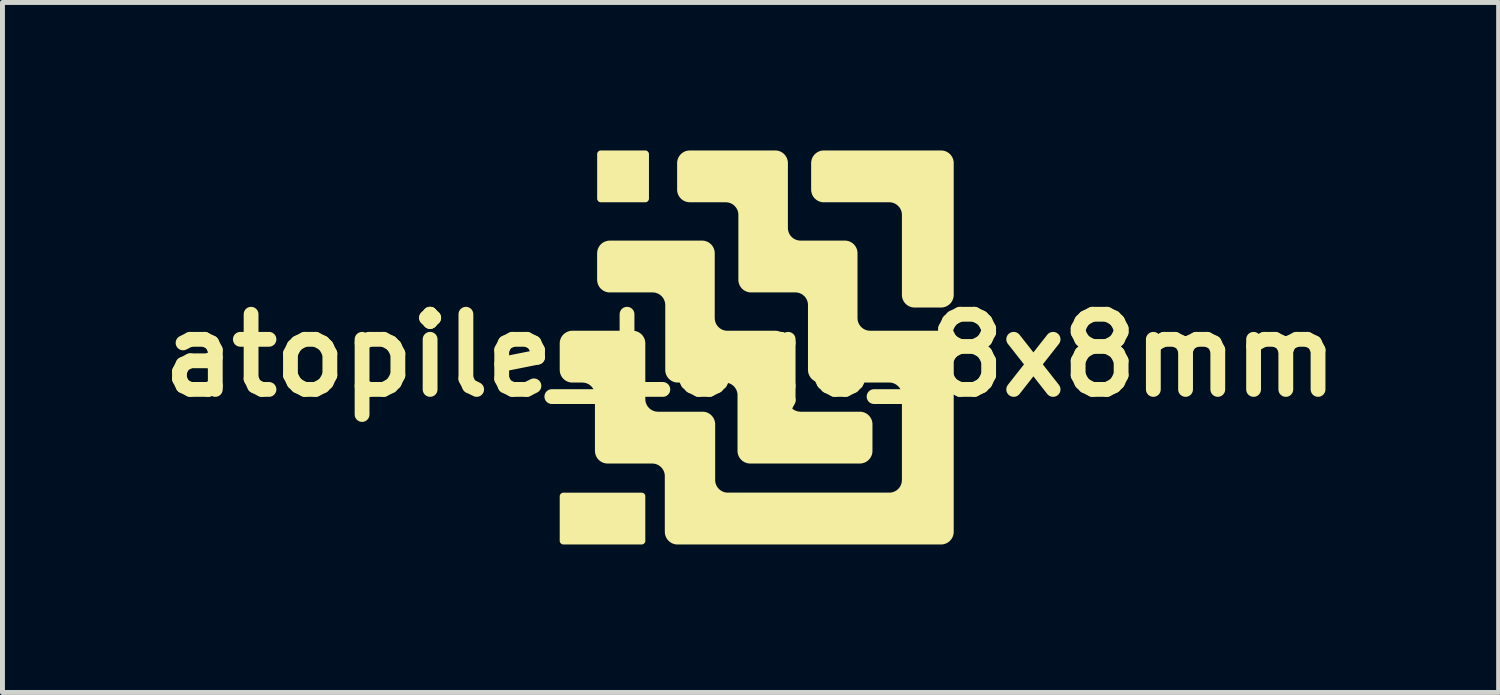
<source format=kicad_pcb>
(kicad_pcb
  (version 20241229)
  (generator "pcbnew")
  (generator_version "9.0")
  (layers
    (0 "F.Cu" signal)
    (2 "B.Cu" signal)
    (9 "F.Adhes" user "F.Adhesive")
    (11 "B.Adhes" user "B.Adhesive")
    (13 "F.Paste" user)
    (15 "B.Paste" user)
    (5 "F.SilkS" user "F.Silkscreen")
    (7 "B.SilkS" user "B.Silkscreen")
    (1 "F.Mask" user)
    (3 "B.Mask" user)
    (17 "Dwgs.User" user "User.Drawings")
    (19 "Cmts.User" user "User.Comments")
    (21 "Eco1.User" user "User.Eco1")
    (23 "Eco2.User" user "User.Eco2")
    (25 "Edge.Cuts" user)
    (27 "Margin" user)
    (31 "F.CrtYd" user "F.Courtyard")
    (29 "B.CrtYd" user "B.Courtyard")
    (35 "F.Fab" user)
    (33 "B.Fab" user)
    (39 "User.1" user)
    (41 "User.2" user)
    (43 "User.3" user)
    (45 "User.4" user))
  (footprint "atopile_Logo_8x8mm"
    (layer "F.Cu")
    (at 12.163 4.154)
    (property "Reference" "atopile_Logo_8x8mm" (at 0 0 0) (layer "F.SilkS") (effects (font (size 1.524 1.524) (thickness 0.3))))
    (attr board_only exclude_from_pos_files exclude_from_bom)
    (fp_poly (pts (xy -2.204 2.782) (xy -2.2 2.782) (xy -2.197 2.783) (xy -2.193 2.783) (xy -2.189 2.784) (xy -2.186 2.785) (xy -2.182 2.786) (xy -2.179 2.788) (xy -2.175 2.789) (xy -2.172 2.791) (xy -2.169 2.793) (xy -2.166 2.795) (xy -2.163 2.797) (xy -2.16 2.799) (xy -2.157 2.801) (xy -2.155 2.804) (xy -2.152 2.807) (xy -2.15 2.809) (xy -2.148 2.812) (xy -2.145 2.815) (xy -2.143 2.818) (xy -2.142 2.821) (xy -2.14 2.825) (xy -2.138 2.828) (xy -2.137 2.831) (xy -2.136 2.835) (xy -2.135 2.838) (xy -2.134 2.842) (xy -2.133 2.846) (xy -2.133 2.85) (xy -2.133 2.853) (xy -2.133 2.857) (xy -2.133 3.756) (xy -2.133 3.76) (xy -2.133 3.764) (xy -2.133 3.768) (xy -2.134 3.772) (xy -2.135 3.775) (xy -2.136 3.779) (xy -2.137 3.782) (xy -2.138 3.786) (xy -2.14 3.789) (xy -2.142 3.792) (xy -2.143 3.796) (xy -2.145 3.799) (xy -2.148 3.802) (xy -2.15 3.804) (xy -2.152 3.807) (xy -2.155 3.81) (xy -2.157 3.812) (xy -2.16 3.815) (xy -2.163 3.817) (xy -2.166 3.819) (xy -2.169 3.821) (xy -2.172 3.823) (xy -2.175 3.824) (xy -2.179 3.826) (xy -2.182 3.827) (xy -2.186 3.829) (xy -2.189 3.83) (xy -2.193 3.83) (xy -2.197 3.831) (xy -2.2 3.832) (xy -2.204 3.832) (xy -2.208 3.832) (xy -3.792 3.832) (xy -3.796 3.832) (xy -3.8 3.832) (xy -3.804 3.831) (xy -3.808 3.83) (xy -3.811 3.83) (xy -3.815 3.829) (xy -3.818 3.827) (xy -3.822 3.826) (xy -3.825 3.824) (xy -3.828 3.823) (xy -3.831 3.821) (xy -3.835 3.819) (xy -3.838 3.817) (xy -3.84 3.815) (xy -3.843 3.812) (xy -3.846 3.81) (xy -3.848 3.807) (xy -3.851 3.804) (xy -3.853 3.802) (xy -3.855 3.799) (xy -3.857 3.796) (xy -3.859 3.792) (xy -3.86 3.789) (xy -3.862 3.786) (xy -3.863 3.782) (xy -3.864 3.779) (xy -3.866 3.775) (xy -3.866 3.772) (xy -3.867 3.768) (xy -3.868 3.764) (xy -3.868 3.76) (xy -3.868 3.756) (xy -3.868 2.857) (xy -3.868 2.853) (xy -3.868 2.85) (xy -3.867 2.846) (xy -3.866 2.842) (xy -3.866 2.838) (xy -3.864 2.835) (xy -3.863 2.831) (xy -3.862 2.828) (xy -3.86 2.825) (xy -3.859 2.821) (xy -3.857 2.818) (xy -3.855 2.815) (xy -3.853 2.812) (xy -3.851 2.809) (xy -3.848 2.807) (xy -3.846 2.804) (xy -3.843 2.801) (xy -3.84 2.799) (xy -3.838 2.797) (xy -3.835 2.795) (xy -3.831 2.793) (xy -3.828 2.791) (xy -3.825 2.789) (xy -3.822 2.788) (xy -3.818 2.786) (xy -3.815 2.785) (xy -3.811 2.784) (xy -3.808 2.783) (xy -3.804 2.783) (xy -3.8 2.782) (xy -3.796 2.782) (xy -3.792 2.782) (xy -2.208 2.782)) (stroke (width 0) (type solid)) (fill yes) (layer "F.SilkS"))
    (fp_poly (pts (xy -2.131 -4.154) (xy -2.127 -4.154) (xy -2.123 -4.153) (xy -2.119 -4.153) (xy -2.116 -4.152) (xy -2.112 -4.151) (xy -2.109 -4.15) (xy -2.105 -4.148) (xy -2.102 -4.147) (xy -2.099 -4.145) (xy -2.095 -4.143) (xy -2.092 -4.141) (xy -2.089 -4.139) (xy -2.087 -4.137) (xy -2.084 -4.135) (xy -2.081 -4.132) (xy -2.079 -4.13) (xy -2.076 -4.127) (xy -2.074 -4.124) (xy -2.072 -4.121) (xy -2.07 -4.118) (xy -2.068 -4.115) (xy -2.067 -4.111) (xy -2.065 -4.108) (xy -2.064 -4.105) (xy -2.062 -4.101) (xy -2.061 -4.098) (xy -2.061 -4.094) (xy -2.06 -4.09) (xy -2.059 -4.086) (xy -2.059 -4.083) (xy -2.059 -4.079) (xy -2.059 -3.18) (xy -2.059 -3.176) (xy -2.059 -3.172) (xy -2.06 -3.168) (xy -2.061 -3.164) (xy -2.061 -3.161) (xy -2.062 -3.157) (xy -2.064 -3.154) (xy -2.065 -3.15) (xy -2.067 -3.147) (xy -2.068 -3.144) (xy -2.07 -3.141) (xy -2.072 -3.137) (xy -2.074 -3.134) (xy -2.076 -3.132) (xy -2.079 -3.129) (xy -2.081 -3.126) (xy -2.084 -3.124) (xy -2.087 -3.121) (xy -2.089 -3.119) (xy -2.092 -3.117) (xy -2.095 -3.115) (xy -2.099 -3.113) (xy -2.102 -3.112) (xy -2.105 -3.11) (xy -2.109 -3.109) (xy -2.112 -3.108) (xy -2.116 -3.106) (xy -2.119 -3.106) (xy -2.123 -3.105) (xy -2.127 -3.104) (xy -2.131 -3.104) (xy -2.135 -3.104) (xy -3.034 -3.104) (xy -3.038 -3.104) (xy -3.041 -3.104) (xy -3.045 -3.105) (xy -3.049 -3.106) (xy -3.053 -3.106) (xy -3.056 -3.108) (xy -3.06 -3.109) (xy -3.063 -3.11) (xy -3.066 -3.112) (xy -3.07 -3.113) (xy -3.073 -3.115) (xy -3.076 -3.117) (xy -3.079 -3.119) (xy -3.082 -3.121) (xy -3.084 -3.124) (xy -3.087 -3.126) (xy -3.09 -3.129) (xy -3.092 -3.132) (xy -3.094 -3.134) (xy -3.096 -3.137) (xy -3.098 -3.141) (xy -3.1 -3.144) (xy -3.102 -3.147) (xy -3.103 -3.15) (xy -3.105 -3.154) (xy -3.106 -3.157) (xy -3.107 -3.161) (xy -3.108 -3.164) (xy -3.108 -3.168) (xy -3.109 -3.172) (xy -3.109 -3.176) (xy -3.109 -3.18) (xy -3.109 -4.079) (xy -3.109 -4.083) (xy -3.109 -4.086) (xy -3.108 -4.09) (xy -3.108 -4.094) (xy -3.107 -4.098) (xy -3.106 -4.101) (xy -3.105 -4.105) (xy -3.103 -4.108) (xy -3.102 -4.111) (xy -3.1 -4.115) (xy -3.098 -4.118) (xy -3.096 -4.121) (xy -3.094 -4.124) (xy -3.092 -4.127) (xy -3.09 -4.13) (xy -3.087 -4.132) (xy -3.084 -4.135) (xy -3.082 -4.137) (xy -3.079 -4.139) (xy -3.076 -4.141) (xy -3.073 -4.143) (xy -3.07 -4.145) (xy -3.066 -4.147) (xy -3.063 -4.148) (xy -3.06 -4.15) (xy -3.056 -4.151) (xy -3.053 -4.152) (xy -3.049 -4.153) (xy -3.045 -4.153) (xy -3.041 -4.154) (xy -3.038 -4.154) (xy -3.034 -4.154) (xy -2.135 -4.154)) (stroke (width 0) (type solid)) (fill yes) (layer "F.SilkS"))
    (fp_poly (pts (xy 3.875 -4.154) (xy 3.888 -4.153) (xy 3.9 -4.151) (xy 3.913 -4.149) (xy 3.926 -4.146) (xy 3.938 -4.143) (xy 3.95 -4.139) (xy 3.961 -4.134) (xy 3.973 -4.129) (xy 3.984 -4.123) (xy 3.995 -4.117) (xy 4.005 -4.11) (xy 4.015 -4.103) (xy 4.025 -4.096) (xy 4.034 -4.087) (xy 4.043 -4.079) (xy 4.052 -4.07) (xy 4.06 -4.061) (xy 4.067 -4.051) (xy 4.074 -4.041) (xy 4.081 -4.03) (xy 4.087 -4.02) (xy 4.093 -4.009) (xy 4.098 -3.997) (xy 4.103 -3.986) (xy 4.107 -3.974) (xy 4.11 -3.961) (xy 4.113 -3.949) (xy 4.115 -3.936) (xy 4.117 -3.924) (xy 4.118 -3.91) (xy 4.118 -3.897) (xy 4.118 -1.228) (xy 4.118 -1.215) (xy 4.117 -1.202) (xy 4.115 -1.189) (xy 4.113 -1.176) (xy 4.11 -1.164) (xy 4.107 -1.152) (xy 4.103 -1.14) (xy 4.098 -1.128) (xy 4.093 -1.117) (xy 4.087 -1.106) (xy 4.081 -1.095) (xy 4.074 -1.084) (xy 4.067 -1.074) (xy 4.06 -1.065) (xy 4.051 -1.055) (xy 4.043 -1.046) (xy 4.034 -1.038) (xy 4.025 -1.03) (xy 4.015 -1.022) (xy 4.005 -1.015) (xy 3.994 -1.008) (xy 3.984 -1.002) (xy 3.973 -0.996) (xy 3.961 -0.991) (xy 3.95 -0.987) (xy 3.938 -0.983) (xy 3.925 -0.979) (xy 3.913 -0.976) (xy 3.9 -0.974) (xy 3.888 -0.972) (xy 3.874 -0.971) (xy 3.861 -0.971) (xy 3.325 -0.971) (xy 3.312 -0.971) (xy 3.299 -0.972) (xy 3.286 -0.974) (xy 3.273 -0.976) (xy 3.261 -0.979) (xy 3.249 -0.983) (xy 3.237 -0.987) (xy 3.225 -0.991) (xy 3.214 -0.996) (xy 3.203 -1.002) (xy 3.192 -1.008) (xy 3.181 -1.015) (xy 3.171 -1.022) (xy 3.162 -1.03) (xy 3.152 -1.038) (xy 3.143 -1.046) (xy 3.135 -1.055) (xy 3.127 -1.065) (xy 3.119 -1.074) (xy 3.112 -1.084) (xy 3.105 -1.095) (xy 3.099 -1.106) (xy 3.093 -1.117) (xy 3.088 -1.128) (xy 3.084 -1.14) (xy 3.08 -1.152) (xy 3.076 -1.164) (xy 3.073 -1.176) (xy 3.071 -1.189) (xy 3.069 -1.202) (xy 3.068 -1.215) (xy 3.068 -1.228) (xy 3.068 -2.847) (xy 3.068 -2.86) (xy 3.067 -2.873) (xy 3.065 -2.886) (xy 3.063 -2.899) (xy 3.06 -2.911) (xy 3.057 -2.924) (xy 3.053 -2.936) (xy 3.048 -2.947) (xy 3.043 -2.959) (xy 3.037 -2.97) (xy 3.031 -2.98) (xy 3.024 -2.991) (xy 3.017 -3.001) (xy 3.009 -3.011) (xy 3.001 -3.02) (xy 2.993 -3.029) (xy 2.984 -3.037) (xy 2.975 -3.045) (xy 2.965 -3.053) (xy 2.955 -3.06) (xy 2.944 -3.067) (xy 2.934 -3.073) (xy 2.922 -3.079) (xy 2.911 -3.084) (xy 2.899 -3.089) (xy 2.887 -3.093) (xy 2.875 -3.096) (xy 2.863 -3.099) (xy 2.85 -3.101) (xy 2.837 -3.103) (xy 2.824 -3.104) (xy 2.811 -3.104) (xy 1.485 -3.104) (xy 1.472 -3.104) (xy 1.459 -3.105) (xy 1.446 -3.107) (xy 1.434 -3.109) (xy 1.421 -3.112) (xy 1.409 -3.116) (xy 1.397 -3.12) (xy 1.385 -3.124) (xy 1.374 -3.129) (xy 1.363 -3.135) (xy 1.352 -3.141) (xy 1.342 -3.148) (xy 1.332 -3.155) (xy 1.322 -3.163) (xy 1.313 -3.171) (xy 1.304 -3.179) (xy 1.295 -3.188) (xy 1.287 -3.198) (xy 1.279 -3.207) (xy 1.272 -3.217) (xy 1.266 -3.228) (xy 1.259 -3.239) (xy 1.254 -3.25) (xy 1.249 -3.261) (xy 1.244 -3.273) (xy 1.24 -3.285) (xy 1.237 -3.297) (xy 1.234 -3.309) (xy 1.231 -3.322) (xy 1.23 -3.335) (xy 1.229 -3.348) (xy 1.228 -3.361) (xy 1.228 -3.897) (xy 1.229 -3.91) (xy 1.23 -3.924) (xy 1.231 -3.936) (xy 1.234 -3.949) (xy 1.237 -3.962) (xy 1.24 -3.974) (xy 1.244 -3.986) (xy 1.249 -3.997) (xy 1.254 -4.009) (xy 1.259 -4.02) (xy 1.266 -4.031) (xy 1.272 -4.041) (xy 1.28 -4.051) (xy 1.287 -4.061) (xy 1.295 -4.07) (xy 1.304 -4.079) (xy 1.313 -4.088) (xy 1.322 -4.096) (xy 1.332 -4.103) (xy 1.342 -4.11) (xy 1.352 -4.117) (xy 1.363 -4.123) (xy 1.374 -4.129) (xy 1.385 -4.134) (xy 1.397 -4.139) (xy 1.409 -4.143) (xy 1.421 -4.146) (xy 1.434 -4.149) (xy 1.446 -4.151) (xy 1.459 -4.153) (xy 1.472 -4.154) (xy 1.485 -4.154) (xy 3.861 -4.154)) (stroke (width 0) (type solid)) (fill yes) (layer "F.SilkS"))
    (fp_poly (pts (xy -0.969 -2.327) (xy -0.956 -2.326) (xy -0.943 -2.324) (xy -0.931 -2.322) (xy -0.918 -2.319) (xy -0.906 -2.315) (xy -0.894 -2.311) (xy -0.882 -2.307) (xy -0.871 -2.302) (xy -0.86 -2.296) (xy -0.849 -2.29) (xy -0.839 -2.283) (xy -0.829 -2.276) (xy -0.819 -2.268) (xy -0.81 -2.26) (xy -0.801 -2.252) (xy -0.792 -2.243) (xy -0.784 -2.233) (xy -0.777 -2.224) (xy -0.769 -2.214) (xy -0.763 -2.203) (xy -0.757 -2.192) (xy -0.751 -2.181) (xy -0.746 -2.17) (xy -0.741 -2.158) (xy -0.737 -2.146) (xy -0.734 -2.134) (xy -0.731 -2.122) (xy -0.729 -2.109) (xy -0.727 -2.096) (xy -0.726 -2.083) (xy -0.726 -2.07) (xy -0.726 -0.757) (xy -0.725 -0.744) (xy -0.724 -0.731) (xy -0.723 -0.718) (xy -0.72 -0.705) (xy -0.717 -0.693) (xy -0.714 -0.681) (xy -0.71 -0.669) (xy -0.705 -0.657) (xy -0.7 -0.646) (xy -0.695 -0.634) (xy -0.688 -0.624) (xy -0.682 -0.613) (xy -0.674 -0.603) (xy -0.667 -0.593) (xy -0.659 -0.584) (xy -0.65 -0.575) (xy -0.641 -0.567) (xy -0.632 -0.559) (xy -0.622 -0.551) (xy -0.612 -0.544) (xy -0.602 -0.537) (xy -0.591 -0.531) (xy -0.58 -0.525) (xy -0.569 -0.52) (xy -0.557 -0.516) (xy -0.545 -0.512) (xy -0.533 -0.508) (xy -0.52 -0.505) (xy -0.508 -0.503) (xy -0.495 -0.501) (xy -0.482 -0.5) (xy -0.469 -0.5) (xy 0.5 -0.5) (xy 0.513 -0.5) (xy 0.526 -0.499) (xy 0.539 -0.497) (xy 0.552 -0.495) (xy 0.564 -0.492) (xy 0.576 -0.488) (xy 0.588 -0.484) (xy 0.6 -0.48) (xy 0.612 -0.475) (xy 0.623 -0.469) (xy 0.633 -0.463) (xy 0.644 -0.456) (xy 0.654 -0.449) (xy 0.664 -0.441) (xy 0.673 -0.433) (xy 0.682 -0.425) (xy 0.69 -0.416) (xy 0.698 -0.406) (xy 0.706 -0.397) (xy 0.713 -0.387) (xy 0.72 -0.376) (xy 0.726 -0.365) (xy 0.732 -0.354) (xy 0.737 -0.343) (xy 0.741 -0.331) (xy 0.745 -0.319) (xy 0.749 -0.307) (xy 0.752 -0.295) (xy 0.754 -0.282) (xy 0.756 -0.269) (xy 0.757 -0.256) (xy 0.757 -0.243) (xy 0.757 0.884) (xy 0.757 0.897) (xy 0.758 0.91) (xy 0.76 0.923) (xy 0.762 0.936) (xy 0.765 0.948) (xy 0.769 0.96) (xy 0.773 0.972) (xy 0.777 0.984) (xy 0.782 0.995) (xy 0.788 1.006) (xy 0.794 1.017) (xy 0.801 1.027) (xy 0.808 1.038) (xy 0.816 1.047) (xy 0.824 1.057) (xy 0.832 1.066) (xy 0.841 1.074) (xy 0.851 1.082) (xy 0.86 1.09) (xy 0.87 1.097) (xy 0.881 1.104) (xy 0.892 1.11) (xy 0.903 1.115) (xy 0.914 1.121) (xy 0.926 1.125) (xy 0.938 1.129) (xy 0.95 1.133) (xy 0.962 1.136) (xy 0.975 1.138) (xy 0.988 1.139) (xy 1.001 1.14) (xy 1.014 1.141) (xy 2.214 1.141) (xy 2.227 1.141) (xy 2.241 1.142) (xy 2.253 1.144) (xy 2.266 1.146) (xy 2.278 1.149) (xy 2.291 1.152) (xy 2.303 1.156) (xy 2.314 1.161) (xy 2.326 1.166) (xy 2.337 1.172) (xy 2.348 1.178) (xy 2.358 1.185) (xy 2.368 1.192) (xy 2.378 1.199) (xy 2.387 1.208) (xy 2.396 1.216) (xy 2.405 1.225) (xy 2.413 1.234) (xy 2.42 1.244) (xy 2.427 1.254) (xy 2.434 1.265) (xy 2.44 1.275) (xy 2.446 1.286) (xy 2.451 1.298) (xy 2.456 1.309) (xy 2.46 1.321) (xy 2.463 1.334) (xy 2.466 1.346) (xy 2.468 1.359) (xy 2.47 1.371) (xy 2.471 1.385) (xy 2.471 1.398) (xy 2.471 1.934) (xy 2.471 1.947) (xy 2.47 1.96) (xy 2.468 1.973) (xy 2.466 1.986) (xy 2.463 1.998) (xy 2.46 2.01) (xy 2.456 2.022) (xy 2.451 2.034) (xy 2.446 2.045) (xy 2.44 2.056) (xy 2.434 2.067) (xy 2.427 2.078) (xy 2.42 2.088) (xy 2.412 2.097) (xy 2.404 2.107) (xy 2.396 2.116) (xy 2.387 2.124) (xy 2.378 2.132) (xy 2.368 2.14) (xy 2.358 2.147) (xy 2.347 2.154) (xy 2.337 2.16) (xy 2.326 2.166) (xy 2.314 2.171) (xy 2.303 2.175) (xy 2.291 2.179) (xy 2.278 2.183) (xy 2.266 2.186) (xy 2.253 2.188) (xy 2.24 2.19) (xy 2.227 2.191) (xy 2.214 2.191) (xy -0.007 2.191) (xy -0.02 2.191) (xy -0.033 2.19) (xy -0.046 2.188) (xy -0.059 2.186) (xy -0.071 2.183) (xy -0.084 2.179) (xy -0.096 2.175) (xy -0.107 2.171) (xy -0.119 2.166) (xy -0.13 2.16) (xy -0.14 2.154) (xy -0.151 2.147) (xy -0.161 2.14) (xy -0.171 2.132) (xy -0.18 2.124) (xy -0.189 2.116) (xy -0.197 2.107) (xy -0.205 2.097) (xy -0.213 2.088) (xy -0.22 2.078) (xy -0.227 2.067) (xy -0.233 2.056) (xy -0.239 2.045) (xy -0.244 2.034) (xy -0.249 2.022) (xy -0.253 2.01) (xy -0.256 1.998) (xy -0.259 1.986) (xy -0.261 1.973) (xy -0.263 1.96) (xy -0.264 1.947) (xy -0.264 1.934) (xy -0.264 0.807) (xy -0.264 0.794) (xy -0.265 0.781) (xy -0.267 0.768) (xy -0.269 0.755) (xy -0.272 0.743) (xy -0.276 0.731) (xy -0.28 0.719) (xy -0.284 0.707) (xy -0.289 0.696) (xy -0.295 0.685) (xy -0.301 0.674) (xy -0.308 0.663) (xy -0.315 0.653) (xy -0.323 0.644) (xy -0.331 0.634) (xy -0.339 0.625) (xy -0.348 0.617) (xy -0.358 0.609) (xy -0.367 0.601) (xy -0.377 0.594) (xy -0.388 0.587) (xy -0.399 0.581) (xy -0.41 0.575) (xy -0.421 0.57) (xy -0.433 0.566) (xy -0.445 0.562) (xy -0.457 0.558) (xy -0.469 0.555) (xy -0.482 0.553) (xy -0.495 0.551) (xy -0.508 0.551) (xy -0.521 0.55) (xy -1.472 0.55) (xy -1.485 0.55) (xy -1.498 0.549) (xy -1.511 0.547) (xy -1.524 0.545) (xy -1.536 0.542) (xy -1.549 0.539) (xy -1.561 0.535) (xy -1.572 0.53) (xy -1.584 0.525) (xy -1.595 0.519) (xy -1.605 0.513) (xy -1.616 0.506) (xy -1.626 0.499) (xy -1.636 0.491) (xy -1.645 0.483) (xy -1.654 0.475) (xy -1.662 0.466) (xy -1.671 0.457) (xy -1.678 0.447) (xy -1.685 0.437) (xy -1.692 0.426) (xy -1.698 0.416) (xy -1.704 0.405) (xy -1.709 0.393) (xy -1.714 0.381) (xy -1.718 0.37) (xy -1.721 0.357) (xy -1.724 0.345) (xy -1.726 0.332) (xy -1.728 0.319) (xy -1.729 0.306) (xy -1.729 0.293) (xy -1.729 -1.02) (xy -1.729 -1.033) (xy -1.73 -1.046) (xy -1.732 -1.059) (xy -1.734 -1.072) (xy -1.737 -1.084) (xy -1.741 -1.096) (xy -1.745 -1.108) (xy -1.749 -1.12) (xy -1.755 -1.131) (xy -1.76 -1.142) (xy -1.766 -1.153) (xy -1.773 -1.164) (xy -1.78 -1.174) (xy -1.788 -1.183) (xy -1.796 -1.193) (xy -1.804 -1.202) (xy -1.813 -1.21) (xy -1.823 -1.218) (xy -1.832 -1.226) (xy -1.843 -1.233) (xy -1.853 -1.24) (xy -1.864 -1.246) (xy -1.875 -1.252) (xy -1.886 -1.257) (xy -1.898 -1.261) (xy -1.91 -1.265) (xy -1.922 -1.269) (xy -1.934 -1.272) (xy -1.947 -1.274) (xy -1.96 -1.275) (xy -1.973 -1.276) (xy -1.986 -1.277) (xy -2.852 -1.277) (xy -2.866 -1.277) (xy -2.879 -1.278) (xy -2.892 -1.28) (xy -2.904 -1.282) (xy -2.917 -1.285) (xy -2.929 -1.288) (xy -2.941 -1.292) (xy -2.953 -1.297) (xy -2.964 -1.302) (xy -2.975 -1.308) (xy -2.986 -1.314) (xy -2.996 -1.321) (xy -3.006 -1.328) (xy -3.016 -1.336) (xy -3.025 -1.344) (xy -3.034 -1.352) (xy -3.043 -1.361) (xy -3.051 -1.37) (xy -3.059 -1.38) (xy -3.066 -1.39) (xy -3.072 -1.401) (xy -3.079 -1.411) (xy -3.084 -1.422) (xy -3.089 -1.434) (xy -3.094 -1.446) (xy -3.098 -1.457) (xy -3.101 -1.47) (xy -3.104 -1.482) (xy -3.107 -1.495) (xy -3.108 -1.508) (xy -3.109 -1.521) (xy -3.11 -1.534) (xy -3.11 -2.07) (xy -3.109 -2.083) (xy -3.108 -2.096) (xy -3.107 -2.109) (xy -3.104 -2.122) (xy -3.101 -2.134) (xy -3.098 -2.146) (xy -3.094 -2.158) (xy -3.089 -2.17) (xy -3.084 -2.181) (xy -3.078 -2.193) (xy -3.072 -2.203) (xy -3.066 -2.214) (xy -3.058 -2.224) (xy -3.051 -2.234) (xy -3.043 -2.243) (xy -3.034 -2.252) (xy -3.025 -2.26) (xy -3.016 -2.268) (xy -3.006 -2.276) (xy -2.996 -2.283) (xy -2.986 -2.29) (xy -2.975 -2.296) (xy -2.964 -2.302) (xy -2.952 -2.307) (xy -2.941 -2.311) (xy -2.929 -2.315) (xy -2.917 -2.319) (xy -2.904 -2.322) (xy -2.892 -2.324) (xy -2.879 -2.326) (xy -2.866 -2.327) (xy -2.852 -2.327) (xy -0.983 -2.327)) (stroke (width 0) (type solid)) (fill yes) (layer "F.SilkS"))
    (fp_poly (pts (xy 0.513 -4.154) (xy 0.526 -4.153) (xy 0.539 -4.151) (xy 0.552 -4.149) (xy 0.564 -4.146) (xy 0.576 -4.143) (xy 0.588 -4.139) (xy 0.6 -4.134) (xy 0.612 -4.129) (xy 0.623 -4.123) (xy 0.633 -4.117) (xy 0.644 -4.11) (xy 0.654 -4.103) (xy 0.664 -4.096) (xy 0.673 -4.087) (xy 0.682 -4.079) (xy 0.69 -4.07) (xy 0.698 -4.061) (xy 0.706 -4.051) (xy 0.713 -4.041) (xy 0.72 -4.03) (xy 0.726 -4.02) (xy 0.732 -4.009) (xy 0.737 -3.997) (xy 0.741 -3.986) (xy 0.745 -3.974) (xy 0.749 -3.961) (xy 0.752 -3.949) (xy 0.754 -3.936) (xy 0.756 -3.924) (xy 0.757 -3.91) (xy 0.757 -3.897) (xy 0.757 -2.584) (xy 0.757 -2.571) (xy 0.758 -2.558) (xy 0.76 -2.545) (xy 0.762 -2.532) (xy 0.765 -2.52) (xy 0.769 -2.508) (xy 0.773 -2.496) (xy 0.777 -2.484) (xy 0.782 -2.473) (xy 0.788 -2.462) (xy 0.794 -2.451) (xy 0.801 -2.441) (xy 0.808 -2.43) (xy 0.816 -2.421) (xy 0.824 -2.411) (xy 0.832 -2.403) (xy 0.841 -2.394) (xy 0.851 -2.386) (xy 0.86 -2.378) (xy 0.87 -2.371) (xy 0.881 -2.364) (xy 0.892 -2.358) (xy 0.903 -2.353) (xy 0.914 -2.347) (xy 0.926 -2.343) (xy 0.938 -2.339) (xy 0.95 -2.335) (xy 0.962 -2.333) (xy 0.975 -2.33) (xy 0.988 -2.329) (xy 1.001 -2.328) (xy 1.014 -2.327) (xy 1.911 -2.327) (xy 1.924 -2.327) (xy 1.938 -2.326) (xy 1.95 -2.324) (xy 1.963 -2.322) (xy 1.976 -2.319) (xy 1.988 -2.316) (xy 2 -2.312) (xy 2.011 -2.307) (xy 2.023 -2.302) (xy 2.034 -2.296) (xy 2.045 -2.29) (xy 2.055 -2.283) (xy 2.065 -2.276) (xy 2.075 -2.269) (xy 2.084 -2.26) (xy 2.093 -2.252) (xy 2.102 -2.243) (xy 2.11 -2.234) (xy 2.117 -2.224) (xy 2.124 -2.214) (xy 2.131 -2.203) (xy 2.137 -2.193) (xy 2.143 -2.182) (xy 2.148 -2.17) (xy 2.153 -2.159) (xy 2.157 -2.147) (xy 2.16 -2.134) (xy 2.163 -2.122) (xy 2.165 -2.109) (xy 2.167 -2.097) (xy 2.168 -2.083) (xy 2.168 -2.07) (xy 2.168 -0.757) (xy 2.169 -0.744) (xy 2.17 -0.731) (xy 2.171 -0.718) (xy 2.173 -0.705) (xy 2.176 -0.693) (xy 2.18 -0.681) (xy 2.184 -0.669) (xy 2.188 -0.657) (xy 2.194 -0.646) (xy 2.199 -0.635) (xy 2.205 -0.624) (xy 2.212 -0.614) (xy 2.219 -0.603) (xy 2.227 -0.594) (xy 2.235 -0.584) (xy 2.244 -0.576) (xy 2.252 -0.567) (xy 2.262 -0.559) (xy 2.272 -0.551) (xy 2.282 -0.544) (xy 2.292 -0.537) (xy 2.303 -0.531) (xy 2.314 -0.526) (xy 2.325 -0.52) (xy 2.337 -0.516) (xy 2.349 -0.512) (xy 2.361 -0.508) (xy 2.373 -0.506) (xy 2.386 -0.503) (xy 2.399 -0.502) (xy 2.412 -0.501) (xy 2.425 -0.5) (xy 3.861 -0.5) (xy 3.874 -0.5) (xy 3.887 -0.499) (xy 3.9 -0.497) (xy 3.913 -0.495) (xy 3.925 -0.492) (xy 3.937 -0.489) (xy 3.949 -0.485) (xy 3.961 -0.48) (xy 3.972 -0.475) (xy 3.984 -0.469) (xy 3.994 -0.463) (xy 4.005 -0.456) (xy 4.015 -0.449) (xy 4.025 -0.442) (xy 4.034 -0.433) (xy 4.043 -0.425) (xy 4.051 -0.416) (xy 4.059 -0.407) (xy 4.067 -0.397) (xy 4.074 -0.387) (xy 4.081 -0.376) (xy 4.087 -0.366) (xy 4.093 -0.355) (xy 4.098 -0.343) (xy 4.102 -0.332) (xy 4.106 -0.32) (xy 4.11 -0.307) (xy 4.113 -0.295) (xy 4.115 -0.282) (xy 4.117 -0.27) (xy 4.118 -0.256) (xy 4.118 -0.243) (xy 4.118 3.575) (xy 4.118 3.588) (xy 4.117 3.601) (xy 4.115 3.614) (xy 4.113 3.627) (xy 4.11 3.639) (xy 4.106 3.651) (xy 4.102 3.663) (xy 4.098 3.675) (xy 4.093 3.686) (xy 4.087 3.697) (xy 4.081 3.708) (xy 4.074 3.719) (xy 4.067 3.729) (xy 4.059 3.738) (xy 4.051 3.748) (xy 4.043 3.757) (xy 4.034 3.765) (xy 4.024 3.773) (xy 4.015 3.781) (xy 4.005 3.788) (xy 3.994 3.795) (xy 3.983 3.801) (xy 3.972 3.807) (xy 3.961 3.812) (xy 3.949 3.816) (xy 3.937 3.82) (xy 3.925 3.824) (xy 3.913 3.827) (xy 3.9 3.829) (xy 3.887 3.831) (xy 3.874 3.832) (xy 3.861 3.832) (xy -1.481 3.832) (xy -1.494 3.832) (xy -1.507 3.831) (xy -1.52 3.829) (xy -1.532 3.827) (xy -1.545 3.824) (xy -1.557 3.82) (xy -1.569 3.816) (xy -1.581 3.812) (xy -1.592 3.807) (xy -1.603 3.801) (xy -1.614 3.795) (xy -1.624 3.788) (xy -1.634 3.781) (xy -1.644 3.773) (xy -1.653 3.765) (xy -1.662 3.757) (xy -1.671 3.748) (xy -1.679 3.738) (xy -1.687 3.729) (xy -1.694 3.719) (xy -1.7 3.708) (xy -1.707 3.697) (xy -1.712 3.686) (xy -1.717 3.675) (xy -1.722 3.663) (xy -1.726 3.651) (xy -1.73 3.639) (xy -1.732 3.627) (xy -1.735 3.614) (xy -1.736 3.601) (xy -1.737 3.588) (xy -1.738 3.575) (xy -1.738 2.448) (xy -1.738 2.435) (xy -1.739 2.422) (xy -1.741 2.409) (xy -1.743 2.396) (xy -1.746 2.384) (xy -1.749 2.372) (xy -1.753 2.36) (xy -1.758 2.348) (xy -1.763 2.337) (xy -1.769 2.326) (xy -1.775 2.315) (xy -1.782 2.304) (xy -1.789 2.294) (xy -1.796 2.285) (xy -1.804 2.275) (xy -1.813 2.266) (xy -1.822 2.258) (xy -1.831 2.25) (xy -1.841 2.242) (xy -1.851 2.235) (xy -1.861 2.228) (xy -1.872 2.222) (xy -1.883 2.217) (xy -1.895 2.211) (xy -1.906 2.207) (xy -1.918 2.203) (xy -1.93 2.199) (xy -1.943 2.196) (xy -1.956 2.194) (xy -1.968 2.193) (xy -1.981 2.192) (xy -1.995 2.191) (xy -2.897 2.191) (xy -2.91 2.191) (xy -2.923 2.19) (xy -2.936 2.188) (xy -2.948 2.186) (xy -2.961 2.183) (xy -2.973 2.18) (xy -2.985 2.176) (xy -2.997 2.171) (xy -3.008 2.166) (xy -3.019 2.16) (xy -3.03 2.154) (xy -3.04 2.147) (xy -3.05 2.14) (xy -3.06 2.132) (xy -3.07 2.124) (xy -3.078 2.116) (xy -3.087 2.107) (xy -3.095 2.098) (xy -3.103 2.088) (xy -3.11 2.078) (xy -3.116 2.067) (xy -3.123 2.057) (xy -3.128 2.046) (xy -3.133 2.034) (xy -3.138 2.022) (xy -3.142 2.011) (xy -3.146 1.998) (xy -3.148 1.986) (xy -3.151 1.973) (xy -3.152 1.96) (xy -3.153 1.947) (xy -3.154 1.934) (xy -3.154 0.807) (xy -3.154 0.794) (xy -3.155 0.781) (xy -3.157 0.768) (xy -3.159 0.756) (xy -3.162 0.743) (xy -3.165 0.731) (xy -3.169 0.719) (xy -3.174 0.707) (xy -3.179 0.696) (xy -3.185 0.685) (xy -3.191 0.674) (xy -3.198 0.664) (xy -3.205 0.654) (xy -3.212 0.644) (xy -3.22 0.635) (xy -3.229 0.626) (xy -3.238 0.617) (xy -3.247 0.609) (xy -3.257 0.601) (xy -3.267 0.594) (xy -3.277 0.588) (xy -3.288 0.581) (xy -3.299 0.576) (xy -3.311 0.571) (xy -3.322 0.566) (xy -3.334 0.562) (xy -3.347 0.559) (xy -3.359 0.556) (xy -3.372 0.553) (xy -3.384 0.552) (xy -3.397 0.551) (xy -3.411 0.55) (xy -3.611 0.55) (xy -3.624 0.55) (xy -3.637 0.549) (xy -3.65 0.548) (xy -3.662 0.545) (xy -3.675 0.542) (xy -3.687 0.539) (xy -3.699 0.535) (xy -3.711 0.53) (xy -3.722 0.525) (xy -3.733 0.519) (xy -3.744 0.513) (xy -3.754 0.507) (xy -3.764 0.499) (xy -3.774 0.492) (xy -3.783 0.484) (xy -3.792 0.475) (xy -3.801 0.466) (xy -3.809 0.457) (xy -3.817 0.447) (xy -3.824 0.437) (xy -3.83 0.427) (xy -3.837 0.416) (xy -3.842 0.405) (xy -3.847 0.393) (xy -3.852 0.382) (xy -3.856 0.37) (xy -3.86 0.358) (xy -3.862 0.345) (xy -3.865 0.333) (xy -3.866 0.32) (xy -3.867 0.307) (xy -3.868 0.293) (xy -3.868 0.293) (xy -3.868 -0.243) (xy -3.868 -0.256) (xy -3.867 -0.269) (xy -3.865 -0.282) (xy -3.863 -0.295) (xy -3.86 -0.307) (xy -3.856 -0.319) (xy -3.852 -0.331) (xy -3.848 -0.343) (xy -3.843 -0.354) (xy -3.837 -0.366) (xy -3.831 -0.376) (xy -3.824 -0.387) (xy -3.817 -0.397) (xy -3.809 -0.407) (xy -3.801 -0.416) (xy -3.793 -0.425) (xy -3.784 -0.433) (xy -3.774 -0.441) (xy -3.765 -0.449) (xy -3.755 -0.456) (xy -3.744 -0.463) (xy -3.733 -0.469) (xy -3.722 -0.475) (xy -3.711 -0.48) (xy -3.699 -0.484) (xy -3.687 -0.488) (xy -3.675 -0.492) (xy -3.663 -0.495) (xy -3.65 -0.497) (xy -3.637 -0.499) (xy -3.624 -0.5) (xy -3.611 -0.5) (xy -2.39 -0.5) (xy -2.377 -0.5) (xy -2.364 -0.499) (xy -2.351 -0.497) (xy -2.338 -0.495) (xy -2.326 -0.492) (xy -2.313 -0.488) (xy -2.301 -0.484) (xy -2.29 -0.48) (xy -2.278 -0.475) (xy -2.267 -0.469) (xy -2.257 -0.463) (xy -2.246 -0.456) (xy -2.236 -0.449) (xy -2.226 -0.441) (xy -2.217 -0.433) (xy -2.208 -0.425) (xy -2.2 -0.416) (xy -2.191 -0.406) (xy -2.184 -0.397) (xy -2.177 -0.387) (xy -2.17 -0.376) (xy -2.164 -0.365) (xy -2.158 -0.354) (xy -2.153 -0.343) (xy -2.148 -0.331) (xy -2.144 -0.319) (xy -2.141 -0.307) (xy -2.138 -0.295) (xy -2.136 -0.282) (xy -2.134 -0.269) (xy -2.133 -0.256) (xy -2.133 -0.243) (xy -2.133 0.884) (xy -2.132 0.897) (xy -2.132 0.91) (xy -2.13 0.923) (xy -2.128 0.936) (xy -2.125 0.948) (xy -2.121 0.96) (xy -2.117 0.972) (xy -2.113 0.984) (xy -2.107 0.995) (xy -2.102 1.006) (xy -2.096 1.017) (xy -2.089 1.027) (xy -2.082 1.038) (xy -2.074 1.047) (xy -2.066 1.057) (xy -2.057 1.066) (xy -2.049 1.074) (xy -2.039 1.082) (xy -2.03 1.09) (xy -2.019 1.097) (xy -2.009 1.104) (xy -1.998 1.11) (xy -1.987 1.115) (xy -1.976 1.121) (xy -1.964 1.125) (xy -1.952 1.129) (xy -1.94 1.133) (xy -1.928 1.136) (xy -1.915 1.138) (xy -1.902 1.139) (xy -1.889 1.14) (xy -1.876 1.141) (xy -0.974 1.141) (xy -0.961 1.141) (xy -0.948 1.142) (xy -0.935 1.144) (xy -0.922 1.146) (xy -0.91 1.149) (xy -0.898 1.152) (xy -0.886 1.156) (xy -0.874 1.161) (xy -0.863 1.166) (xy -0.852 1.172) (xy -0.841 1.178) (xy -0.83 1.185) (xy -0.82 1.192) (xy -0.811 1.199) (xy -0.801 1.208) (xy -0.792 1.216) (xy -0.784 1.225) (xy -0.776 1.234) (xy -0.768 1.244) (xy -0.761 1.254) (xy -0.754 1.265) (xy -0.748 1.275) (xy -0.742 1.286) (xy -0.737 1.298) (xy -0.733 1.309) (xy -0.729 1.321) (xy -0.725 1.334) (xy -0.722 1.346) (xy -0.72 1.359) (xy -0.718 1.371) (xy -0.717 1.385) (xy -0.717 1.398) (xy -0.717 2.524) (xy -0.717 2.538) (xy -0.716 2.551) (xy -0.714 2.564) (xy -0.712 2.576) (xy -0.709 2.589) (xy -0.706 2.601) (xy -0.701 2.613) (xy -0.697 2.625) (xy -0.692 2.636) (xy -0.686 2.647) (xy -0.68 2.658) (xy -0.673 2.668) (xy -0.666 2.678) (xy -0.658 2.688) (xy -0.65 2.697) (xy -0.642 2.706) (xy -0.633 2.715) (xy -0.623 2.723) (xy -0.614 2.73) (xy -0.604 2.738) (xy -0.593 2.744) (xy -0.583 2.75) (xy -0.571 2.756) (xy -0.56 2.761) (xy -0.548 2.766) (xy -0.536 2.77) (xy -0.524 2.773) (xy -0.512 2.776) (xy -0.499 2.778) (xy -0.486 2.78) (xy -0.473 2.781) (xy -0.46 2.781) (xy 2.811 2.781) (xy 2.824 2.781) (xy 2.837 2.78) (xy 2.85 2.778) (xy 2.863 2.776) (xy 2.875 2.773) (xy 2.887 2.77) (xy 2.899 2.766) (xy 2.911 2.761) (xy 2.922 2.756) (xy 2.933 2.75) (xy 2.944 2.744) (xy 2.955 2.738) (xy 2.965 2.73) (xy 2.974 2.723) (xy 2.984 2.715) (xy 2.993 2.706) (xy 3.001 2.697) (xy 3.009 2.688) (xy 3.017 2.678) (xy 3.024 2.668) (xy 3.031 2.658) (xy 3.037 2.647) (xy 3.043 2.636) (xy 3.048 2.624) (xy 3.052 2.613) (xy 3.056 2.601) (xy 3.06 2.589) (xy 3.063 2.576) (xy 3.065 2.564) (xy 3.066 2.551) (xy 3.067 2.538) (xy 3.068 2.524) (xy 3.068 0.807) (xy 3.067 0.794) (xy 3.066 0.781) (xy 3.065 0.768) (xy 3.063 0.755) (xy 3.06 0.743) (xy 3.056 0.73) (xy 3.052 0.718) (xy 3.048 0.707) (xy 3.042 0.695) (xy 3.037 0.684) (xy 3.031 0.674) (xy 3.024 0.663) (xy 3.017 0.653) (xy 3.009 0.643) (xy 3.001 0.634) (xy 2.992 0.625) (xy 2.984 0.617) (xy 2.974 0.609) (xy 2.965 0.601) (xy 2.954 0.594) (xy 2.944 0.587) (xy 2.933 0.581) (xy 2.922 0.575) (xy 2.911 0.57) (xy 2.899 0.565) (xy 2.887 0.561) (xy 2.875 0.558) (xy 2.863 0.555) (xy 2.85 0.553) (xy 2.837 0.551) (xy 2.824 0.55) (xy 2.811 0.55) (xy 1.421 0.55) (xy 1.408 0.55) (xy 1.395 0.549) (xy 1.382 0.547) (xy 1.37 0.545) (xy 1.357 0.542) (xy 1.345 0.538) (xy 1.333 0.534) (xy 1.321 0.53) (xy 1.31 0.524) (xy 1.299 0.519) (xy 1.288 0.513) (xy 1.278 0.506) (xy 1.268 0.499) (xy 1.258 0.491) (xy 1.248 0.483) (xy 1.24 0.475) (xy 1.231 0.466) (xy 1.223 0.456) (xy 1.215 0.447) (xy 1.208 0.436) (xy 1.202 0.426) (xy 1.195 0.415) (xy 1.19 0.404) (xy 1.185 0.393) (xy 1.18 0.381) (xy 1.176 0.369) (xy 1.172 0.357) (xy 1.17 0.345) (xy 1.167 0.332) (xy 1.166 0.319) (xy 1.165 0.306) (xy 1.164 0.293) (xy 1.164 -1.02) (xy 1.164 -1.033) (xy 1.163 -1.046) (xy 1.161 -1.059) (xy 1.159 -1.072) (xy 1.156 -1.084) (xy 1.153 -1.097) (xy 1.149 -1.109) (xy 1.144 -1.12) (xy 1.139 -1.132) (xy 1.133 -1.143) (xy 1.127 -1.153) (xy 1.12 -1.164) (xy 1.113 -1.174) (xy 1.106 -1.184) (xy 1.098 -1.193) (xy 1.089 -1.202) (xy 1.08 -1.21) (xy 1.071 -1.218) (xy 1.061 -1.226) (xy 1.051 -1.233) (xy 1.041 -1.24) (xy 1.03 -1.246) (xy 1.019 -1.252) (xy 1.007 -1.257) (xy 0.996 -1.262) (xy 0.984 -1.266) (xy 0.971 -1.269) (xy 0.959 -1.272) (xy 0.946 -1.274) (xy 0.934 -1.276) (xy 0.921 -1.277) (xy 0.907 -1.277) (xy 0.01 -1.277) (xy -0.003 -1.277) (xy -0.016 -1.278) (xy -0.029 -1.28) (xy -0.042 -1.282) (xy -0.054 -1.285) (xy -0.066 -1.289) (xy -0.078 -1.293) (xy -0.09 -1.297) (xy -0.101 -1.302) (xy -0.112 -1.308) (xy -0.123 -1.314) (xy -0.134 -1.321) (xy -0.144 -1.328) (xy -0.153 -1.336) (xy -0.163 -1.344) (xy -0.172 -1.352) (xy -0.18 -1.361) (xy -0.188 -1.371) (xy -0.196 -1.38) (xy -0.203 -1.39) (xy -0.21 -1.401) (xy -0.216 -1.412) (xy -0.222 -1.423) (xy -0.227 -1.434) (xy -0.231 -1.446) (xy -0.235 -1.458) (xy -0.239 -1.47) (xy -0.242 -1.482) (xy -0.244 -1.495) (xy -0.246 -1.508) (xy -0.247 -1.521) (xy -0.247 -1.534) (xy -0.247 -2.847) (xy -0.247 -2.861) (xy -0.248 -2.874) (xy -0.25 -2.887) (xy -0.252 -2.899) (xy -0.255 -2.912) (xy -0.258 -2.924) (xy -0.262 -2.936) (xy -0.267 -2.947) (xy -0.272 -2.959) (xy -0.278 -2.97) (xy -0.284 -2.981) (xy -0.291 -2.991) (xy -0.298 -3.001) (xy -0.306 -3.011) (xy -0.314 -3.02) (xy -0.322 -3.029) (xy -0.331 -3.038) (xy -0.34 -3.046) (xy -0.35 -3.053) (xy -0.36 -3.061) (xy -0.371 -3.067) (xy -0.381 -3.073) (xy -0.393 -3.079) (xy -0.404 -3.084) (xy -0.416 -3.089) (xy -0.428 -3.093) (xy -0.44 -3.096) (xy -0.452 -3.099) (xy -0.465 -3.101) (xy -0.478 -3.103) (xy -0.491 -3.104) (xy -0.504 -3.104) (xy -1.231 -3.104) (xy -1.244 -3.105) (xy -1.257 -3.106) (xy -1.27 -3.107) (xy -1.283 -3.11) (xy -1.295 -3.113) (xy -1.308 -3.116) (xy -1.32 -3.12) (xy -1.331 -3.125) (xy -1.343 -3.13) (xy -1.354 -3.135) (xy -1.364 -3.142) (xy -1.375 -3.148) (xy -1.385 -3.156) (xy -1.395 -3.163) (xy -1.404 -3.171) (xy -1.413 -3.18) (xy -1.421 -3.189) (xy -1.43 -3.198) (xy -1.437 -3.208) (xy -1.444 -3.218) (xy -1.451 -3.228) (xy -1.457 -3.239) (xy -1.463 -3.25) (xy -1.468 -3.261) (xy -1.473 -3.273) (xy -1.477 -3.285) (xy -1.48 -3.297) (xy -1.483 -3.31) (xy -1.485 -3.322) (xy -1.487 -3.335) (xy -1.488 -3.348) (xy -1.488 -3.361) (xy -1.488 -3.897) (xy -1.488 -3.91) (xy -1.487 -3.924) (xy -1.485 -3.936) (xy -1.483 -3.949) (xy -1.48 -3.962) (xy -1.477 -3.974) (xy -1.473 -3.986) (xy -1.468 -3.997) (xy -1.463 -4.009) (xy -1.457 -4.02) (xy -1.451 -4.031) (xy -1.444 -4.041) (xy -1.437 -4.051) (xy -1.429 -4.061) (xy -1.421 -4.07) (xy -1.413 -4.079) (xy -1.404 -4.088) (xy -1.395 -4.096) (xy -1.385 -4.103) (xy -1.375 -4.11) (xy -1.364 -4.117) (xy -1.354 -4.123) (xy -1.343 -4.129) (xy -1.331 -4.134) (xy -1.319 -4.139) (xy -1.308 -4.143) (xy -1.295 -4.146) (xy -1.283 -4.149) (xy -1.27 -4.151) (xy -1.257 -4.153) (xy -1.244 -4.154) (xy -1.231 -4.154) (xy 0.5 -4.154)) (stroke (width 0) (type solid)) (fill yes) (layer "F.SilkS")))
  (gr_rect
    (start -3 -3)
    (end 27.326 10.986)
    (stroke (width 0.1) (type default))
    (fill no)
    (layer "Edge.Cuts")))
</source>
